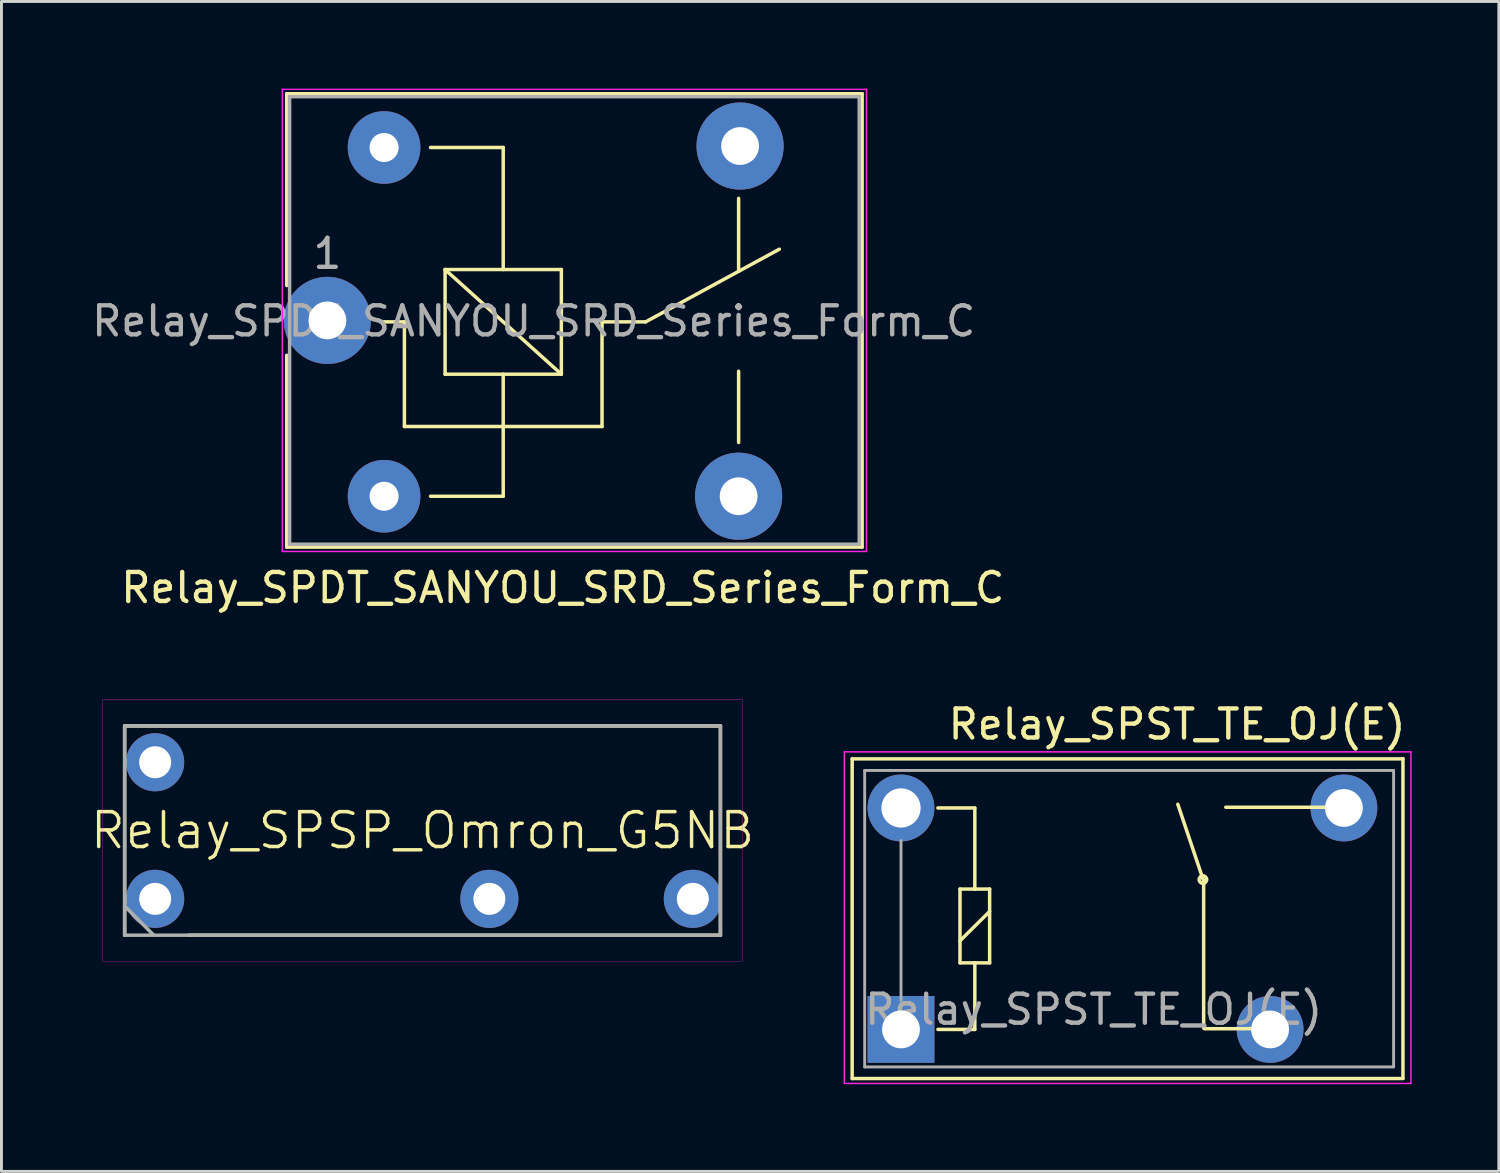
<source format=kicad_pcb>
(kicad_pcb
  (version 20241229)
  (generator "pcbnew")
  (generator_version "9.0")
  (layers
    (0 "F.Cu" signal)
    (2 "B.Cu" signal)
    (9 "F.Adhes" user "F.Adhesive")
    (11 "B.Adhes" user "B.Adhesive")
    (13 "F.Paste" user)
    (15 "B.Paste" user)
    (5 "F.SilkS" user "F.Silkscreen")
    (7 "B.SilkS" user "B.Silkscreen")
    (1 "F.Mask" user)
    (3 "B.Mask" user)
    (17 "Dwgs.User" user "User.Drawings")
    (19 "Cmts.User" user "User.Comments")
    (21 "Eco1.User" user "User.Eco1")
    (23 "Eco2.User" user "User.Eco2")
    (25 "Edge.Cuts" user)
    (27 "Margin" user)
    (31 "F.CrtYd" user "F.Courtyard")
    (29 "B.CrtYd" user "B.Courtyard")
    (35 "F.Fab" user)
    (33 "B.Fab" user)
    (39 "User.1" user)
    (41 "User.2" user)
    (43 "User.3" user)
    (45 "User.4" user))
  (footprint "Relay_SPST_TE_OJ(E)"
    (layer "F.Cu")
    (at 27.952 32.371)
    (property "Reference" "Relay_SPST_TE_OJ(E)" (at 9.5 -10.5 180) (layer "F.SilkS") (effects (font (size 1 1) (thickness 0.15))))
    (attr through_hole)
    (fp_line (start -1.68 -9.31) (end 17.272 -9.31) (stroke (width 0.12) (type solid)) (layer "F.SilkS"))
    (fp_line (start -1.68 1.69) (end -1.68 -9.31) (stroke (width 0.12) (type solid)) (layer "F.SilkS"))
    (fp_line (start -1.68 1.69) (end 17.272 1.69) (stroke (width 0.12) (type solid)) (layer "F.SilkS"))
    (fp_line (start 1.27 0) (end 2.54 0) (stroke (width 0.12) (type solid)) (layer "F.SilkS"))
    (fp_line (start 2.03 -4.83) (end 2.54 -4.83) (stroke (width 0.12) (type solid)) (layer "F.SilkS"))
    (fp_line (start 2.03 -3.05) (end 3.05 -4.06) (stroke (width 0.12) (type solid)) (layer "F.SilkS"))
    (fp_line (start 2.03 -2.29) (end 2.03 -4.83) (stroke (width 0.12) (type solid)) (layer "F.SilkS"))
    (fp_line (start 2.54 -7.62) (end 1.27 -7.62) (stroke (width 0.12) (type solid)) (layer "F.SilkS"))
    (fp_line (start 2.54 -4.83) (end 2.54 -7.62) (stroke (width 0.12) (type solid)) (layer "F.SilkS"))
    (fp_line (start 2.54 -4.83) (end 3.05 -4.83) (stroke (width 0.12) (type solid)) (layer "F.SilkS"))
    (fp_line (start 2.54 -2.29) (end 2.03 -2.29) (stroke (width 0.12) (type solid)) (layer "F.SilkS"))
    (fp_line (start 2.54 0) (end 2.54 -2.29) (stroke (width 0.12) (type solid)) (layer "F.SilkS"))
    (fp_line (start 3.05 -4.83) (end 3.05 -2.29) (stroke (width 0.12) (type solid)) (layer "F.SilkS"))
    (fp_line (start 3.05 -2.29) (end 2.54 -2.29) (stroke (width 0.12) (type solid)) (layer "F.SilkS"))
    (fp_line (start 10.414 -5.105) (end 9.525 -7.747) (stroke (width 0.12) (type solid)) (layer "F.SilkS"))
    (fp_line (start 10.414 -0.051) (end 10.414 -5.131) (stroke (width 0.12) (type solid)) (layer "F.SilkS"))
    (fp_line (start 12.979 -0.025) (end 10.439 -0.025) (stroke (width 0.12) (type solid)) (layer "F.SilkS"))
    (fp_line (start 15.215 -7.645) (end 11.176 -7.645) (stroke (width 0.12) (type solid)) (layer "F.SilkS"))
    (fp_line (start 17.272 1.682) (end 17.272 -9.318) (stroke (width 0.12) (type solid)) (layer "F.SilkS"))
    (fp_circle (center 10.389 -5.156) (end 10.389 -5.026) (stroke (width 0.12) (type solid)) (fill no) (layer "F.SilkS"))
    (fp_line (start -1.95 -9.55) (end 17.546 -9.55) (stroke (width 0.05) (type solid)) (layer "F.CrtYd"))
    (fp_line (start -1.95 1.86) (end -1.95 -9.55) (stroke (width 0.05) (type solid)) (layer "F.CrtYd"))
    (fp_line (start 17.546 -9.55) (end 17.546 1.86) (stroke (width 0.05) (type solid)) (layer "F.CrtYd"))
    (fp_line (start 17.546 1.86) (end -1.95 1.86) (stroke (width 0.05) (type solid)) (layer "F.CrtYd"))
    (fp_line (start -1.25 -8.91) (end 16.95 -8.91) (stroke (width 0.1) (type solid)) (layer "F.Fab"))
    (fp_line (start -1.25 1.29) (end -1.25 -8.91) (stroke (width 0.1) (type solid)) (layer "F.Fab"))
    (fp_line (start 0 -1) (end 0 -6.5) (stroke (width 0.1) (type solid)) (layer "F.Fab"))
    (fp_line (start 16.95 -8.91) (end 16.95 1.29) (stroke (width 0.1) (type solid)) (layer "F.Fab"))
    (fp_line (start 16.95 1.29) (end -1.25 1.29) (stroke (width 0.1) (type solid)) (layer "F.Fab"))
    (fp_text user "${REFERENCE}" (at 6.629 -0.686 0) (layer "F.Fab") (effects (font (size 1 1) (thickness 0.15))))
    (pad "1" thru_hole rect (at 0 0 180) (size 2.3 2.3) (drill 1.3) (layers "*.Cu" "*.Mask"))
    (pad "2" thru_hole circle (at 12.7 0 180) (size 2.3 2.3) (drill 1.3) (layers "*.Cu" "*.Mask"))
    (pad "3" thru_hole circle (at 15.24 -7.62 180) (size 2.3 2.3) (drill 1.3) (layers "*.Cu" "*.Mask"))
    (pad "5" thru_hole circle (at 0 -7.62 180) (size 2.3 2.3) (drill 1.35) (layers "*.Cu" "*.Mask")))
  (footprint "Relay_SPDT_SANYOU_SRD_Series_Form_C"
    (layer "F.Cu")
    (at 8.215 7.975)
    (property "Reference" "Relay_SPDT_SANYOU_SRD_Series_Form_C" (at 8.1 9.2 0) (layer "F.SilkS") (effects (font (size 1 1) (thickness 0.15))))
    (attr through_hole)
    (fp_line (start -1.4 -7.8) (end -1.4 -1.2) (stroke (width 0.12) (type solid)) (layer "F.SilkS"))
    (fp_line (start -1.4 -7.8) (end 18.4 -7.8) (stroke (width 0.12) (type solid)) (layer "F.SilkS"))
    (fp_line (start -1.4 1.2) (end -1.4 7.8) (stroke (width 0.12) (type solid)) (layer "F.SilkS"))
    (fp_line (start 2.65 0.05) (end 1.85 0.05) (stroke (width 0.12) (type solid)) (layer "F.SilkS"))
    (fp_line (start 2.65 0.05) (end 2.65 3.65) (stroke (width 0.12) (type solid)) (layer "F.SilkS"))
    (fp_line (start 3.55 6.05) (end 6.05 6.05) (stroke (width 0.12) (type solid)) (layer "F.SilkS"))
    (fp_line (start 4.05 -1.75) (end 8.05 -1.75) (stroke (width 0.12) (type solid)) (layer "F.SilkS"))
    (fp_line (start 4.05 1.85) (end 4.05 -1.75) (stroke (width 0.12) (type solid)) (layer "F.SilkS"))
    (fp_line (start 6.05 -5.95) (end 3.55 -5.95) (stroke (width 0.12) (type solid)) (layer "F.SilkS"))
    (fp_line (start 6.05 -5.95) (end 6.05 -1.75) (stroke (width 0.12) (type solid)) (layer "F.SilkS"))
    (fp_line (start 6.05 1.85) (end 6.05 6.05) (stroke (width 0.12) (type solid)) (layer "F.SilkS"))
    (fp_line (start 8.05 -1.75) (end 8.05 1.85) (stroke (width 0.12) (type solid)) (layer "F.SilkS"))
    (fp_line (start 8.05 1.85) (end 4.05 -1.75) (stroke (width 0.12) (type solid)) (layer "F.SilkS"))
    (fp_line (start 8.05 1.85) (end 4.05 1.85) (stroke (width 0.12) (type solid)) (layer "F.SilkS"))
    (fp_line (start 9.45 0.05) (end 9.45 3.65) (stroke (width 0.12) (type solid)) (layer "F.SilkS"))
    (fp_line (start 9.45 0.05) (end 10.95 0.05) (stroke (width 0.12) (type solid)) (layer "F.SilkS"))
    (fp_line (start 9.45 3.65) (end 2.65 3.65) (stroke (width 0.12) (type solid)) (layer "F.SilkS"))
    (fp_line (start 10.95 0.05) (end 15.55 -2.45) (stroke (width 0.12) (type solid)) (layer "F.SilkS"))
    (fp_line (start 14.15 -4.2) (end 14.15 -1.7) (stroke (width 0.12) (type solid)) (layer "F.SilkS"))
    (fp_line (start 14.15 4.2) (end 14.15 1.75) (stroke (width 0.12) (type solid)) (layer "F.SilkS"))
    (fp_line (start 18.4 -7.8) (end 18.4 7.8) (stroke (width 0.12) (type solid)) (layer "F.SilkS"))
    (fp_line (start 18.4 7.8) (end -1.4 7.8) (stroke (width 0.12) (type solid)) (layer "F.SilkS"))
    (fp_line (start -1.55 7.95) (end -1.55 -7.95) (stroke (width 0.05) (type solid)) (layer "F.CrtYd"))
    (fp_line (start -1.55 7.95) (end 18.55 7.95) (stroke (width 0.05) (type solid)) (layer "F.CrtYd"))
    (fp_line (start 18.55 -7.95) (end -1.55 -7.95) (stroke (width 0.05) (type solid)) (layer "F.CrtYd"))
    (fp_line (start 18.55 -7.95) (end 18.55 7.95) (stroke (width 0.05) (type solid)) (layer "F.CrtYd"))
    (fp_line (start -1.3 -7.7) (end 18.3 -7.7) (stroke (width 0.12) (type solid)) (layer "F.Fab"))
    (fp_line (start -1.3 7.7) (end -1.3 -7.7) (stroke (width 0.12) (type solid)) (layer "F.Fab"))
    (fp_line (start 18.3 -7.7) (end 18.3 7.7) (stroke (width 0.12) (type solid)) (layer "F.Fab"))
    (fp_line (start 18.3 7.7) (end -1.3 7.7) (stroke (width 0.12) (type solid)) (layer "F.Fab"))
    (fp_text user "${REFERENCE}" (at 7.1 0.025 0) (layer "F.Fab") (effects (font (size 1 1) (thickness 0.15))))
    (fp_text user "1" (at 0 -2.3 0) (layer "F.Fab") (effects (font (size 1 1) (thickness 0.15))))
    (pad "1" thru_hole circle (at 0 0 90) (size 3 3) (drill 1.3) (layers "*.Cu" "*.Mask"))
    (pad "2" thru_hole circle (at 1.95 6.05 90) (size 2.5 2.5) (drill 1) (layers "*.Cu" "*.Mask"))
    (pad "3" thru_hole circle (at 14.15 6.05 90) (size 3 3) (drill 1.3) (layers "*.Cu" "*.Mask"))
    (pad "4" thru_hole circle (at 14.2 -6 90) (size 3 3) (drill 1.3) (layers "*.Cu" "*.Mask"))
    (pad "5" thru_hole circle (at 1.95 -5.95 90) (size 2.5 2.5) (drill 1) (layers "*.Cu" "*.Mask")))
  (footprint "Relay_SPSP_Omron_G5NB"
    (placed yes)
    (layer "F.Cu")
    (at 11.489 25.528)
    (property "Reference" "Relay_SPSP_Omron_G5NB" (at 0 0 0) (layer "F.SilkS") (effects (font (size 1.2 1.2) (thickness 0.12))))
    (attr through_hole)
    (fp_line (start -10.25 -3.6) (end 10.25 -3.6) (stroke (width 0.12) (type solid)) (layer "F.SilkS"))
    (fp_line (start -10.25 3.6) (end -10.25 -3.6) (stroke (width 0.12) (type solid)) (layer "F.SilkS"))
    (fp_line (start 10.25 -3.6) (end 10.25 3.6) (stroke (width 0.12) (type solid)) (layer "F.SilkS"))
    (fp_line (start 10.25 3.6) (end -8.05 3.6) (stroke (width 0.12) (type solid)) (layer "F.SilkS"))
    (fp_line (start -11 -4.5) (end 11 -4.5) (stroke (width 0.01) (type solid)) (layer "F.CrtYd"))
    (fp_line (start -11 4.5) (end -11 -4.5) (stroke (width 0.01) (type solid)) (layer "F.CrtYd"))
    (fp_line (start 11 -4.5) (end 11 4.5) (stroke (width 0.01) (type solid)) (layer "F.CrtYd"))
    (fp_line (start 11 4.5) (end -11 4.5) (stroke (width 0.01) (type solid)) (layer "F.CrtYd"))
    (fp_line (start -10.25 -3.6) (end -10.25 3.6) (stroke (width 0.12) (type solid)) (layer "F.Fab"))
    (fp_line (start -10.25 3.6) (end 10.25 3.6) (stroke (width 0.12) (type solid)) (layer "F.Fab"))
    (fp_line (start -9.25 3.6) (end -10.25 2.6) (stroke (width 0.12) (type solid)) (layer "F.Fab"))
    (fp_line (start 10.25 -3.6) (end -10.25 -3.6) (stroke (width 0.12) (type solid)) (layer "F.Fab"))
    (fp_line (start 10.25 3.6) (end 10.25 -3.6) (stroke (width 0.12) (type solid)) (layer "F.Fab"))
    (pad "1" thru_hole circle (at -9.2 2.35) (size 2 2) (drill 1.1) (layers "*.Cu" "*.Mask"))
    (pad "2" thru_hole circle (at 2.3 2.35) (size 2 2) (drill 1.1) (layers "*.Cu" "*.Mask"))
    (pad "3" thru_hole circle (at 9.3 2.35) (size 2 2) (drill 1.1) (layers "*.Cu" "*.Mask"))
    (pad "5" thru_hole circle (at -9.2 -2.35) (size 2 2) (drill 1.1) (layers "*.Cu" "*.Mask")))
  (gr_rect
    (start -3 -3)
    (end 48.523 37.256)
    (stroke (width 0.1) (type default))
    (fill no)
    (layer "Edge.Cuts")))
</source>
